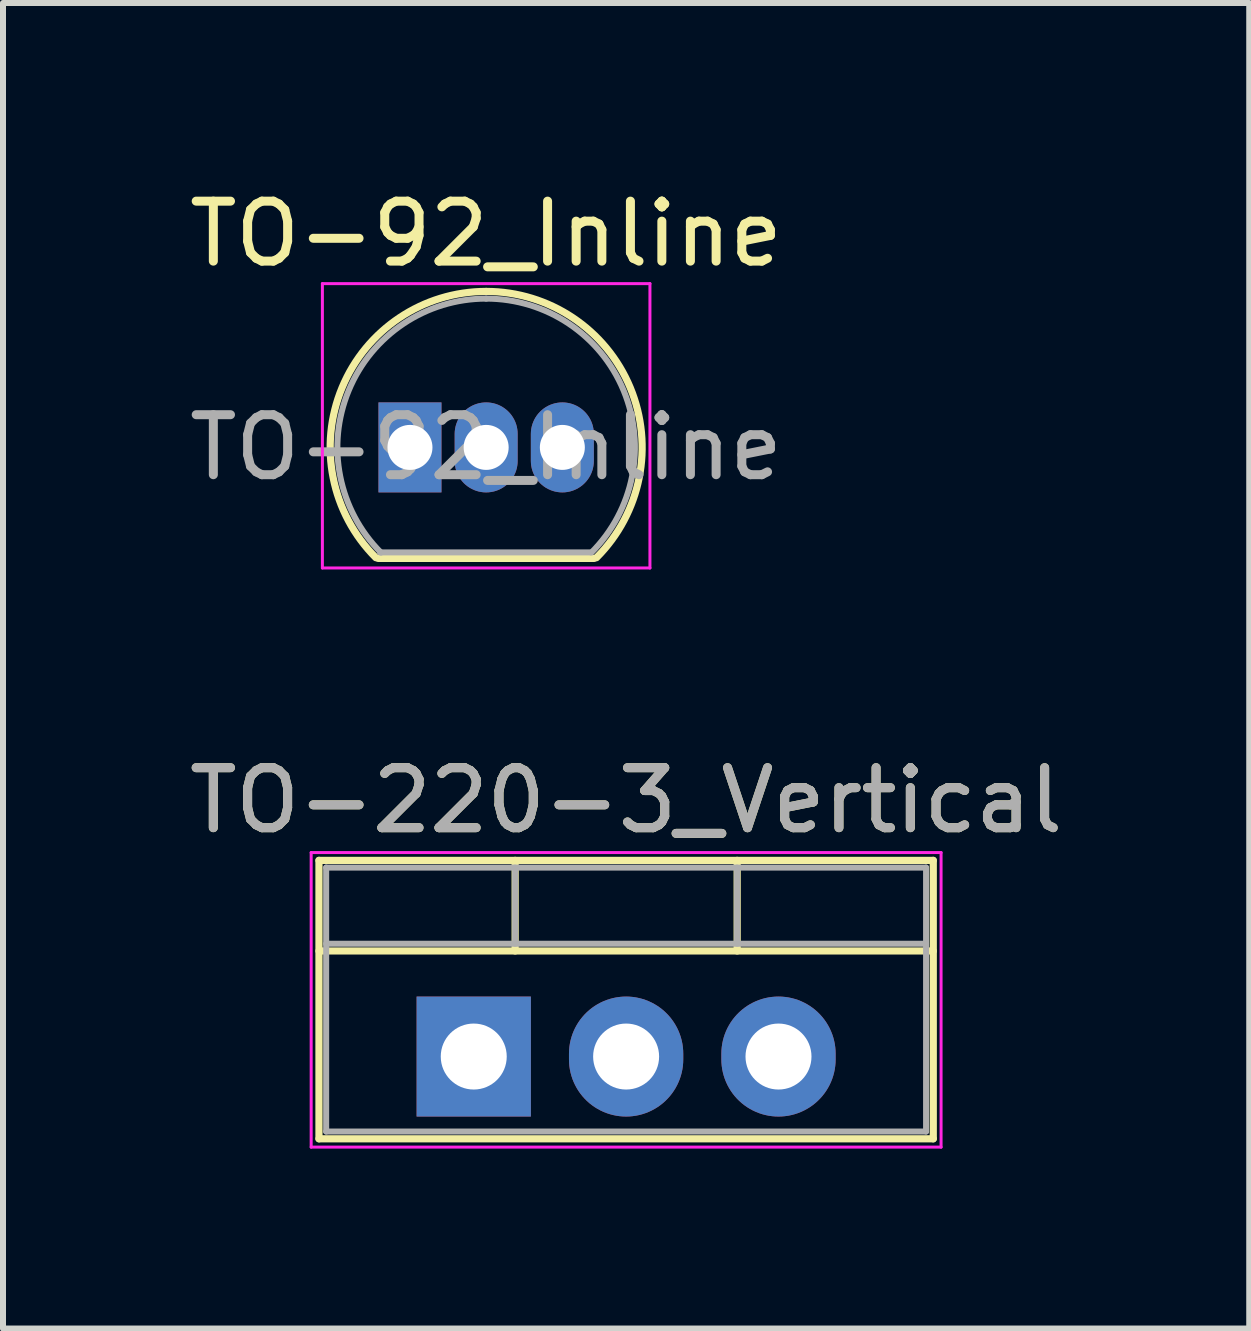
<source format=kicad_pcb>
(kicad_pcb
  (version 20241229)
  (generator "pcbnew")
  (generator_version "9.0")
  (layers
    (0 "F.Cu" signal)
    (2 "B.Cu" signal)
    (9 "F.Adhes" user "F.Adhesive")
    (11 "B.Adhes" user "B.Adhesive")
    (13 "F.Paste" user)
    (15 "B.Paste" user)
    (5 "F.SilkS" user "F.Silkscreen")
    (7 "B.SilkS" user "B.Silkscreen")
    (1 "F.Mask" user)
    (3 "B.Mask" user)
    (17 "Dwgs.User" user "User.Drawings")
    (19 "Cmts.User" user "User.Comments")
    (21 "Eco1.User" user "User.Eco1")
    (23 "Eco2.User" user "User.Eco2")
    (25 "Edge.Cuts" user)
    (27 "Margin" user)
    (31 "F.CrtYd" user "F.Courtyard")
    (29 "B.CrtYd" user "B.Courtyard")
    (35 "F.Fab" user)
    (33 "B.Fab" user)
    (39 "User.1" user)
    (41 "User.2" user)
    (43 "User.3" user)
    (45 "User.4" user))
  (footprint "TO-220-3_Vertical"
    (layer "F.Cu")
    (at 4.847 14.562)
    (property "Reference" "TO-220-3_Vertical" (at 2.54 -4.27 0) (layer "F.SilkS") (effects (font (size 1 1) (thickness 0.15))))
    (attr through_hole)
    (fp_line (start -2.58 -3.27) (end -2.58 1.371) (stroke (width 0.12) (type solid)) (layer "F.SilkS"))
    (fp_line (start -2.58 -3.27) (end 7.66 -3.27) (stroke (width 0.12) (type solid)) (layer "F.SilkS"))
    (fp_line (start -2.58 -1.76) (end 7.66 -1.76) (stroke (width 0.12) (type solid)) (layer "F.SilkS"))
    (fp_line (start -2.58 1.371) (end 7.66 1.371) (stroke (width 0.12) (type solid)) (layer "F.SilkS"))
    (fp_line (start 0.69 -3.27) (end 0.69 -1.76) (stroke (width 0.12) (type solid)) (layer "F.SilkS"))
    (fp_line (start 4.391 -3.27) (end 4.391 -1.76) (stroke (width 0.12) (type solid)) (layer "F.SilkS"))
    (fp_line (start 7.66 -3.27) (end 7.66 1.371) (stroke (width 0.12) (type solid)) (layer "F.SilkS"))
    (fp_line (start -2.71 -3.4) (end -2.71 1.51) (stroke (width 0.05) (type solid)) (layer "F.CrtYd"))
    (fp_line (start -2.71 1.51) (end 7.79 1.51) (stroke (width 0.05) (type solid)) (layer "F.CrtYd"))
    (fp_line (start 7.79 -3.4) (end -2.71 -3.4) (stroke (width 0.05) (type solid)) (layer "F.CrtYd"))
    (fp_line (start 7.79 1.51) (end 7.79 -3.4) (stroke (width 0.05) (type solid)) (layer "F.CrtYd"))
    (fp_line (start -2.46 -3.15) (end -2.46 1.25) (stroke (width 0.1) (type solid)) (layer "F.Fab"))
    (fp_line (start -2.46 -1.88) (end 7.54 -1.88) (stroke (width 0.1) (type solid)) (layer "F.Fab"))
    (fp_line (start -2.46 1.25) (end 7.54 1.25) (stroke (width 0.1) (type solid)) (layer "F.Fab"))
    (fp_line (start 0.69 -3.15) (end 0.69 -1.88) (stroke (width 0.1) (type solid)) (layer "F.Fab"))
    (fp_line (start 4.39 -3.15) (end 4.39 -1.88) (stroke (width 0.1) (type solid)) (layer "F.Fab"))
    (fp_line (start 7.54 -3.15) (end -2.46 -3.15) (stroke (width 0.1) (type solid)) (layer "F.Fab"))
    (fp_line (start 7.54 1.25) (end 7.54 -3.15) (stroke (width 0.1) (type solid)) (layer "F.Fab"))
    (fp_text user "${REFERENCE}" (at 2.54 -4.27 0) (layer "F.Fab") (effects (font (size 1 1) (thickness 0.15))))
    (pad "1" thru_hole rect (at 0 0) (size 1.905 2) (drill 1.1) (layers "*.Cu" "*.Mask"))
    (pad "2" thru_hole oval (at 2.54 0) (size 1.905 2) (drill 1.1) (layers "*.Cu" "*.Mask"))
    (pad "3" thru_hole oval (at 5.08 0) (size 1.905 2) (drill 1.1) (layers "*.Cu" "*.Mask")))
  (footprint "TO-92_Inline"
    (layer "F.Cu")
    (at 3.784 4.408)
    (property "Reference" "TO-92_Inline" (at 1.27 -3.56 0) (layer "F.SilkS") (effects (font (size 1 1) (thickness 0.15))))
    (attr through_hole)
    (fp_line (start -0.53 1.85) (end 3.07 1.85) (stroke (width 0.12) (type solid)) (layer "F.SilkS"))
    (fp_arc (start -0.568478 1.838478) (mid -1.132087 -0.994977) (end 1.27 -2.6) (stroke (width 0.12) (type solid)) (layer "F.SilkS"))
    (fp_arc (start 1.27 -2.6) (mid 3.672087 -0.994977) (end 3.108478 1.838478) (stroke (width 0.12) (type solid)) (layer "F.SilkS"))
    (fp_line (start -1.46 -2.73) (end -1.46 2.01) (stroke (width 0.05) (type solid)) (layer "F.CrtYd"))
    (fp_line (start -1.46 -2.73) (end 4 -2.73) (stroke (width 0.05) (type solid)) (layer "F.CrtYd"))
    (fp_line (start 4 2.01) (end -1.46 2.01) (stroke (width 0.05) (type solid)) (layer "F.CrtYd"))
    (fp_line (start 4 2.01) (end 4 -2.73) (stroke (width 0.05) (type solid)) (layer "F.CrtYd"))
    (fp_line (start -0.5 1.75) (end 3 1.75) (stroke (width 0.1) (type solid)) (layer "F.Fab"))
    (fp_arc (start -0.483625 1.753625) (mid -1.021221 -0.949055) (end 1.27 -2.48) (stroke (width 0.1) (type solid)) (layer "F.Fab"))
    (fp_arc (start 1.27 -2.48) (mid 3.561221 -0.949055) (end 3.023625 1.753625) (stroke (width 0.1) (type solid)) (layer "F.Fab"))
    (fp_text user "${REFERENCE}" (at 1.27 0 0) (layer "F.Fab") (effects (font (size 1 1) (thickness 0.15))))
    (pad "1" thru_hole rect (at 0 0) (size 1.05 1.5) (drill 0.75) (layers "*.Cu" "*.Mask"))
    (pad "2" thru_hole oval (at 1.27 0) (size 1.05 1.5) (drill 0.75) (layers "*.Cu" "*.Mask"))
    (pad "3" thru_hole oval (at 2.54 0) (size 1.05 1.5) (drill 0.75) (layers "*.Cu" "*.Mask")))
  (gr_rect
    (start -3 -3)
    (end 17.774 19.096)
    (stroke (width 0.1) (type default))
    (fill no)
    (layer "Edge.Cuts")))
</source>
